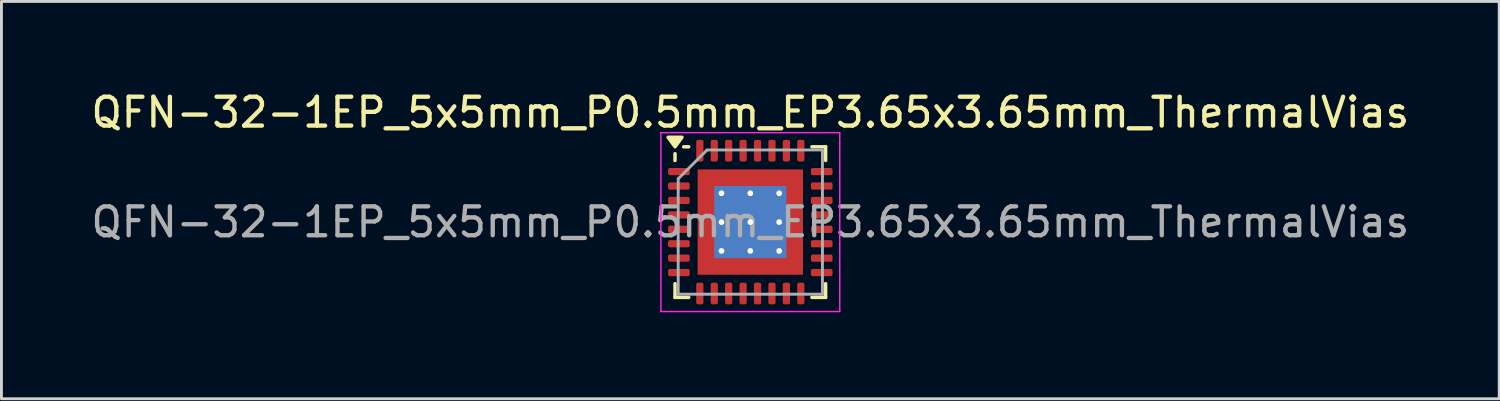
<source format=kicad_pcb>
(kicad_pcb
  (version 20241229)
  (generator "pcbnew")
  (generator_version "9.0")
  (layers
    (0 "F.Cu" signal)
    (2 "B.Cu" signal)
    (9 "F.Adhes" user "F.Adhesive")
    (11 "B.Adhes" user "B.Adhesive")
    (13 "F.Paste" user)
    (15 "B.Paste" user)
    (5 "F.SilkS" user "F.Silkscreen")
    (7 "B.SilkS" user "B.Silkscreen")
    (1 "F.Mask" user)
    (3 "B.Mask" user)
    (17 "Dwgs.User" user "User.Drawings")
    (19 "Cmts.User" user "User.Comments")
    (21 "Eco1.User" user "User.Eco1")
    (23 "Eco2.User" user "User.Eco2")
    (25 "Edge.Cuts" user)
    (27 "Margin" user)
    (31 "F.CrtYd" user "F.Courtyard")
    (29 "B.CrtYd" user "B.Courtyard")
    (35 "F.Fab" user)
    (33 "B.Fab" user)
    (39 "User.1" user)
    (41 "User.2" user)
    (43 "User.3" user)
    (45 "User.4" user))
  (footprint "QFN-32-1EP_5x5mm_P0.5mm_EP3.65x3.65mm_ThermalVias"
    (layer "F.Cu")
    (at 22.958 4.648)
    (property "Reference" "QFN-32-1EP_5x5mm_P0.5mm_EP3.65x3.65mm_ThermalVias" (at 0 -3.8 0) (layer "F.SilkS") (effects (font (size 1 1) (thickness 0.15))))
    (attr smd)
    (fp_line (start -2.61 -2.135) (end -2.61 -2.37) (stroke (width 0.12) (type solid)) (layer "F.SilkS"))
    (fp_line (start -2.61 2.61) (end -2.61 2.135) (stroke (width 0.12) (type solid)) (layer "F.SilkS"))
    (fp_line (start -2.135 -2.61) (end -2.31 -2.61) (stroke (width 0.12) (type solid)) (layer "F.SilkS"))
    (fp_line (start -2.135 2.61) (end -2.61 2.61) (stroke (width 0.12) (type solid)) (layer "F.SilkS"))
    (fp_line (start 2.135 -2.61) (end 2.61 -2.61) (stroke (width 0.12) (type solid)) (layer "F.SilkS"))
    (fp_line (start 2.135 2.61) (end 2.61 2.61) (stroke (width 0.12) (type solid)) (layer "F.SilkS"))
    (fp_line (start 2.61 -2.61) (end 2.61 -2.135) (stroke (width 0.12) (type solid)) (layer "F.SilkS"))
    (fp_line (start 2.61 2.61) (end 2.61 2.135) (stroke (width 0.12) (type solid)) (layer "F.SilkS"))
    (fp_poly (pts (xy -2.61 -2.61) (xy -2.85 -2.94) (xy -2.37 -2.94) (xy -2.61 -2.61)) (stroke (width 0.12) (type solid)) (fill yes) (layer "F.SilkS"))
    (fp_line (start -3.1 -3.1) (end -3.1 3.1) (stroke (width 0.05) (type solid)) (layer "F.CrtYd"))
    (fp_line (start -3.1 3.1) (end 3.1 3.1) (stroke (width 0.05) (type solid)) (layer "F.CrtYd"))
    (fp_line (start 3.1 -3.1) (end -3.1 -3.1) (stroke (width 0.05) (type solid)) (layer "F.CrtYd"))
    (fp_line (start 3.1 3.1) (end 3.1 -3.1) (stroke (width 0.05) (type solid)) (layer "F.CrtYd"))
    (fp_line (start -2.5 -1.5) (end -1.5 -2.5) (stroke (width 0.1) (type solid)) (layer "F.Fab"))
    (fp_line (start -2.5 2.5) (end -2.5 -1.5) (stroke (width 0.1) (type solid)) (layer "F.Fab"))
    (fp_line (start -1.5 -2.5) (end 2.5 -2.5) (stroke (width 0.1) (type solid)) (layer "F.Fab"))
    (fp_line (start 2.5 -2.5) (end 2.5 2.5) (stroke (width 0.1) (type solid)) (layer "F.Fab"))
    (fp_line (start 2.5 2.5) (end -2.5 2.5) (stroke (width 0.1) (type solid)) (layer "F.Fab"))
    (fp_text user "${REFERENCE}" (at 0 0 0) (layer "F.Fab") (effects (font (size 1 1) (thickness 0.15))))
    (pad "" smd custom (at -1.413 -1.413) (size 0.578 0.578) (layers "F.Paste") (options (anchor circle)) (primitives (gr_poly (pts (xy -0.246 -0.246) (xy 0.246 -0.246) (xy 0.246 0.174) (xy 0.174 0.246) (xy -0.246 0.246)) (width 0.174) (fill yes))))
    (pad "" smd custom (at -1.413 -0.5) (size 0.59 0.59) (layers "F.Paste") (options (anchor circle)) (primitives (gr_poly (pts (xy -0.258 -0.328) (xy 0.195 -0.328) (xy 0.258 -0.266) (xy 0.258 0.266) (xy 0.195 0.328) (xy -0.258 0.328)) (width 0.15) (fill yes))))
    (pad "" smd custom (at -1.413 0.5) (size 0.59 0.59) (layers "F.Paste") (options (anchor circle)) (primitives (gr_poly (pts (xy -0.258 -0.328) (xy 0.195 -0.328) (xy 0.258 -0.266) (xy 0.258 0.266) (xy 0.195 0.328) (xy -0.258 0.328)) (width 0.15) (fill yes))))
    (pad "" smd custom (at -1.413 1.413) (size 0.578 0.578) (layers "F.Paste") (options (anchor circle)) (primitives (gr_poly (pts (xy -0.246 -0.246) (xy 0.174 -0.246) (xy 0.246 -0.174) (xy 0.246 0.246) (xy -0.246 0.246)) (width 0.174) (fill yes))))
    (pad "" smd custom (at -0.5 -1.413) (size 0.59 0.59) (layers "F.Paste") (options (anchor circle)) (primitives (gr_poly (pts (xy -0.328 -0.258) (xy 0.328 -0.258) (xy 0.328 0.195) (xy 0.266 0.258) (xy -0.266 0.258) (xy -0.328 0.195)) (width 0.15) (fill yes))))
    (pad "" smd roundrect (at -0.5 -0.5) (size 0.806 0.806) (layers "F.Paste") (roundrect_rratio 0.25))
    (pad "" smd roundrect (at -0.5 0.5) (size 0.806 0.806) (layers "F.Paste") (roundrect_rratio 0.25))
    (pad "" smd custom (at -0.5 1.413) (size 0.59 0.59) (layers "F.Paste") (options (anchor circle)) (primitives (gr_poly (pts (xy -0.328 -0.195) (xy -0.266 -0.258) (xy 0.266 -0.258) (xy 0.328 -0.195) (xy 0.328 0.258) (xy -0.328 0.258)) (width 0.15) (fill yes))))
    (pad "" smd custom (at 0.5 -1.413) (size 0.59 0.59) (layers "F.Paste") (options (anchor circle)) (primitives (gr_poly (pts (xy -0.328 -0.258) (xy 0.328 -0.258) (xy 0.328 0.195) (xy 0.266 0.258) (xy -0.266 0.258) (xy -0.328 0.195)) (width 0.15) (fill yes))))
    (pad "" smd roundrect (at 0.5 -0.5) (size 0.806 0.806) (layers "F.Paste") (roundrect_rratio 0.25))
    (pad "" smd roundrect (at 0.5 0.5) (size 0.806 0.806) (layers "F.Paste") (roundrect_rratio 0.25))
    (pad "" smd custom (at 0.5 1.413) (size 0.59 0.59) (layers "F.Paste") (options (anchor circle)) (primitives (gr_poly (pts (xy -0.328 -0.195) (xy -0.266 -0.258) (xy 0.266 -0.258) (xy 0.328 -0.195) (xy 0.328 0.258) (xy -0.328 0.258)) (width 0.15) (fill yes))))
    (pad "" smd custom (at 1.413 -1.413) (size 0.578 0.578) (layers "F.Paste") (options (anchor circle)) (primitives (gr_poly (pts (xy -0.246 -0.246) (xy 0.246 -0.246) (xy 0.246 0.246) (xy -0.174 0.246) (xy -0.246 0.174)) (width 0.174) (fill yes))))
    (pad "" smd custom (at 1.413 -0.5) (size 0.59 0.59) (layers "F.Paste") (options (anchor circle)) (primitives (gr_poly (pts (xy -0.258 -0.266) (xy -0.195 -0.328) (xy 0.258 -0.328) (xy 0.258 0.328) (xy -0.195 0.328) (xy -0.258 0.266)) (width 0.15) (fill yes))))
    (pad "" smd custom (at 1.413 0.5) (size 0.59 0.59) (layers "F.Paste") (options (anchor circle)) (primitives (gr_poly (pts (xy -0.258 -0.266) (xy -0.195 -0.328) (xy 0.258 -0.328) (xy 0.258 0.328) (xy -0.195 0.328) (xy -0.258 0.266)) (width 0.15) (fill yes))))
    (pad "" smd custom (at 1.413 1.413) (size 0.578 0.578) (layers "F.Paste") (options (anchor circle)) (primitives (gr_poly (pts (xy -0.246 -0.174) (xy -0.174 -0.246) (xy 0.246 -0.246) (xy 0.246 0.246) (xy -0.246 0.246)) (width 0.174) (fill yes))))
    (pad "1" smd roundrect (at -2.475 -1.75) (size 0.75 0.25) (layers "F.Cu" "F.Mask" "F.Paste") (roundrect_rratio 0.25))
    (pad "2" smd roundrect (at -2.475 -1.25) (size 0.75 0.25) (layers "F.Cu" "F.Mask" "F.Paste") (roundrect_rratio 0.25))
    (pad "3" smd roundrect (at -2.475 -0.75) (size 0.75 0.25) (layers "F.Cu" "F.Mask" "F.Paste") (roundrect_rratio 0.25))
    (pad "4" smd roundrect (at -2.475 -0.25) (size 0.75 0.25) (layers "F.Cu" "F.Mask" "F.Paste") (roundrect_rratio 0.25))
    (pad "5" smd roundrect (at -2.475 0.25) (size 0.75 0.25) (layers "F.Cu" "F.Mask" "F.Paste") (roundrect_rratio 0.25))
    (pad "6" smd roundrect (at -2.475 0.75) (size 0.75 0.25) (layers "F.Cu" "F.Mask" "F.Paste") (roundrect_rratio 0.25))
    (pad "7" smd roundrect (at -2.475 1.25) (size 0.75 0.25) (layers "F.Cu" "F.Mask" "F.Paste") (roundrect_rratio 0.25))
    (pad "8" smd roundrect (at -2.475 1.75) (size 0.75 0.25) (layers "F.Cu" "F.Mask" "F.Paste") (roundrect_rratio 0.25))
    (pad "9" smd roundrect (at -1.75 2.475) (size 0.25 0.75) (layers "F.Cu" "F.Mask" "F.Paste") (roundrect_rratio 0.25))
    (pad "10" smd roundrect (at -1.25 2.475) (size 0.25 0.75) (layers "F.Cu" "F.Mask" "F.Paste") (roundrect_rratio 0.25))
    (pad "11" smd roundrect (at -0.75 2.475) (size 0.25 0.75) (layers "F.Cu" "F.Mask" "F.Paste") (roundrect_rratio 0.25))
    (pad "12" smd roundrect (at -0.25 2.475) (size 0.25 0.75) (layers "F.Cu" "F.Mask" "F.Paste") (roundrect_rratio 0.25))
    (pad "13" smd roundrect (at 0.25 2.475) (size 0.25 0.75) (layers "F.Cu" "F.Mask" "F.Paste") (roundrect_rratio 0.25))
    (pad "14" smd roundrect (at 0.75 2.475) (size 0.25 0.75) (layers "F.Cu" "F.Mask" "F.Paste") (roundrect_rratio 0.25))
    (pad "15" smd roundrect (at 1.25 2.475) (size 0.25 0.75) (layers "F.Cu" "F.Mask" "F.Paste") (roundrect_rratio 0.25))
    (pad "16" smd roundrect (at 1.75 2.475) (size 0.25 0.75) (layers "F.Cu" "F.Mask" "F.Paste") (roundrect_rratio 0.25))
    (pad "17" smd roundrect (at 2.475 1.75) (size 0.75 0.25) (layers "F.Cu" "F.Mask" "F.Paste") (roundrect_rratio 0.25))
    (pad "18" smd roundrect (at 2.475 1.25) (size 0.75 0.25) (layers "F.Cu" "F.Mask" "F.Paste") (roundrect_rratio 0.25))
    (pad "19" smd roundrect (at 2.475 0.75) (size 0.75 0.25) (layers "F.Cu" "F.Mask" "F.Paste") (roundrect_rratio 0.25))
    (pad "20" smd roundrect (at 2.475 0.25) (size 0.75 0.25) (layers "F.Cu" "F.Mask" "F.Paste") (roundrect_rratio 0.25))
    (pad "21" smd roundrect (at 2.475 -0.25) (size 0.75 0.25) (layers "F.Cu" "F.Mask" "F.Paste") (roundrect_rratio 0.25))
    (pad "22" smd roundrect (at 2.475 -0.75) (size 0.75 0.25) (layers "F.Cu" "F.Mask" "F.Paste") (roundrect_rratio 0.25))
    (pad "23" smd roundrect (at 2.475 -1.25) (size 0.75 0.25) (layers "F.Cu" "F.Mask" "F.Paste") (roundrect_rratio 0.25))
    (pad "24" smd roundrect (at 2.475 -1.75) (size 0.75 0.25) (layers "F.Cu" "F.Mask" "F.Paste") (roundrect_rratio 0.25))
    (pad "25" smd roundrect (at 1.75 -2.475) (size 0.25 0.75) (layers "F.Cu" "F.Mask" "F.Paste") (roundrect_rratio 0.25))
    (pad "26" smd roundrect (at 1.25 -2.475) (size 0.25 0.75) (layers "F.Cu" "F.Mask" "F.Paste") (roundrect_rratio 0.25))
    (pad "27" smd roundrect (at 0.75 -2.475) (size 0.25 0.75) (layers "F.Cu" "F.Mask" "F.Paste") (roundrect_rratio 0.25))
    (pad "28" smd roundrect (at 0.25 -2.475) (size 0.25 0.75) (layers "F.Cu" "F.Mask" "F.Paste") (roundrect_rratio 0.25))
    (pad "29" smd roundrect (at -0.25 -2.475) (size 0.25 0.75) (layers "F.Cu" "F.Mask" "F.Paste") (roundrect_rratio 0.25))
    (pad "30" smd roundrect (at -0.75 -2.475) (size 0.25 0.75) (layers "F.Cu" "F.Mask" "F.Paste") (roundrect_rratio 0.25))
    (pad "31" smd roundrect (at -1.25 -2.475) (size 0.25 0.75) (layers "F.Cu" "F.Mask" "F.Paste") (roundrect_rratio 0.25))
    (pad "32" smd roundrect (at -1.75 -2.475) (size 0.25 0.75) (layers "F.Cu" "F.Mask" "F.Paste") (roundrect_rratio 0.25))
    (pad "33" thru_hole circle (at -1 -1) (size 0.5 0.5) (drill 0.2) (property pad_prop_heatsink) (layers "*.Cu"))
    (pad "33" thru_hole circle (at -1 0) (size 0.5 0.5) (drill 0.2) (property pad_prop_heatsink) (layers "*.Cu"))
    (pad "33" thru_hole circle (at -1 1) (size 0.5 0.5) (drill 0.2) (property pad_prop_heatsink) (layers "*.Cu"))
    (pad "33" thru_hole circle (at 0 -1) (size 0.5 0.5) (drill 0.2) (property pad_prop_heatsink) (layers "*.Cu"))
    (pad "33" thru_hole circle (at 0 0) (size 0.5 0.5) (drill 0.2) (property pad_prop_heatsink) (layers "*.Cu"))
    (pad "33" smd rect (at 0 0) (size 2.5 2.5) (property pad_prop_heatsink) (layers "B.Cu"))
    (pad "33" smd rect (at 0 0) (size 3.65 3.65) (property pad_prop_heatsink) (layers "F.Cu" "F.Mask"))
    (pad "33" thru_hole circle (at 0 1) (size 0.5 0.5) (drill 0.2) (property pad_prop_heatsink) (layers "*.Cu"))
    (pad "33" thru_hole circle (at 1 -1) (size 0.5 0.5) (drill 0.2) (property pad_prop_heatsink) (layers "*.Cu"))
    (pad "33" thru_hole circle (at 1 0) (size 0.5 0.5) (drill 0.2) (property pad_prop_heatsink) (layers "*.Cu"))
    (pad "33" thru_hole circle (at 1 1) (size 0.5 0.5) (drill 0.2) (property pad_prop_heatsink) (layers "*.Cu")))
  (gr_rect
    (start -3 -3)
    (end 48.917 10.773)
    (stroke (width 0.1) (type default))
    (fill no)
    (layer "Edge.Cuts")))
</source>
